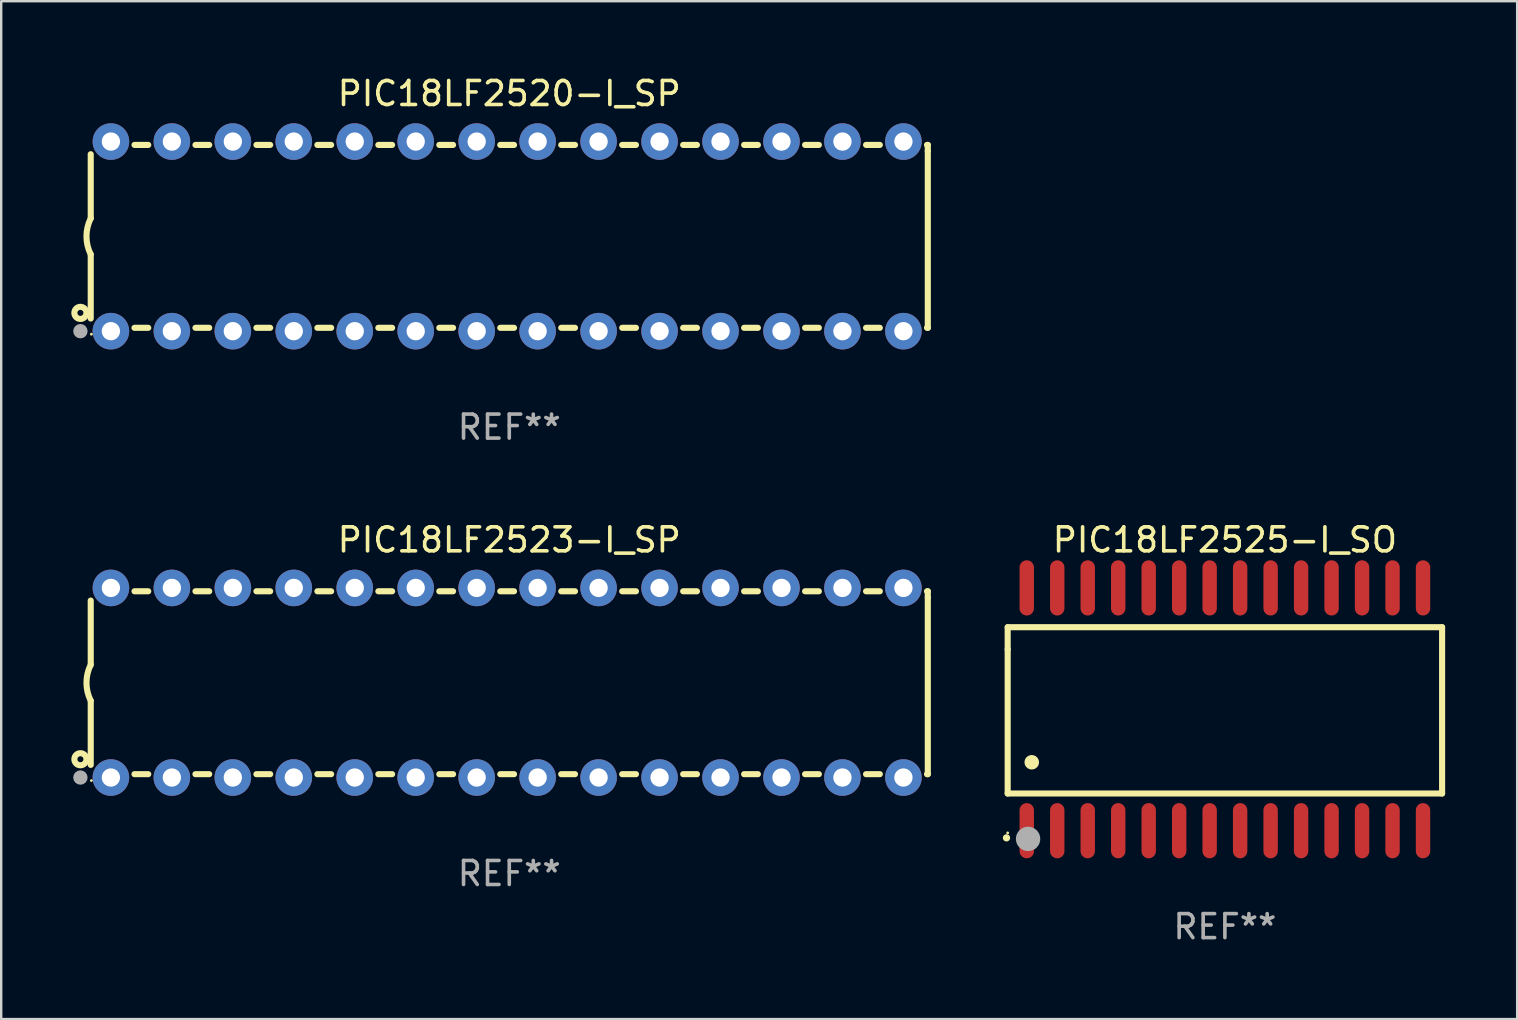
<source format=kicad_pcb>
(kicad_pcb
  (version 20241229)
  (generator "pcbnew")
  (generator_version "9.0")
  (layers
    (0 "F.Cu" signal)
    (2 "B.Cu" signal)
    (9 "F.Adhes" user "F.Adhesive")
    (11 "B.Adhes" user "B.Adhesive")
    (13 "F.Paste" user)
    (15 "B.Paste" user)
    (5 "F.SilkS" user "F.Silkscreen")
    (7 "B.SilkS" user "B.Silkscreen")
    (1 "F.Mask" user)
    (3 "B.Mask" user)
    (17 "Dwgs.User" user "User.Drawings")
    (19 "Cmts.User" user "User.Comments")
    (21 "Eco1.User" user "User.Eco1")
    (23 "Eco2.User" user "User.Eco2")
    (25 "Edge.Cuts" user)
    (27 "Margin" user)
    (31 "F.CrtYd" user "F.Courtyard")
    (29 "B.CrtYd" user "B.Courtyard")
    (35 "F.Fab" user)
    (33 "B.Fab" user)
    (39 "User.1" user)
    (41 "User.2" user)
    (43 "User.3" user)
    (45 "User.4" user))
  (footprint "PIC18LF2523-I_SP"
    (layer "F.Cu")
    (at 18.168 25.395)
    (property "Reference" "PIC18LF2523-I_SP" (at 0 -5.95 0) (layer "F.SilkS") (effects (font (size 1 1) (thickness 0.15))))
    (attr through_hole)
    (fp_line (start -17.438 0.75) (end -17.438 3.423) (stroke (width 0.254) (type solid)) (layer "F.SilkS"))
    (fp_line (start -17.438 -3.423) (end -17.438 -0.75) (stroke (width 0.254) (type solid)) (layer "F.SilkS"))
    (fp_line (start -15.615 3.81) (end -15.041 3.81) (stroke (width 0.254) (type solid)) (layer "F.SilkS"))
    (fp_line (start -15.041 -3.81) (end -15.614 -3.81) (stroke (width 0.254) (type solid)) (layer "F.SilkS"))
    (fp_line (start -13.075 3.81) (end -12.501 3.81) (stroke (width 0.254) (type solid)) (layer "F.SilkS"))
    (fp_line (start -12.501 -3.81) (end -13.074 -3.81) (stroke (width 0.254) (type solid)) (layer "F.SilkS"))
    (fp_line (start -10.535 3.81) (end -9.961 3.81) (stroke (width 0.254) (type solid)) (layer "F.SilkS"))
    (fp_line (start -9.961 -3.81) (end -10.534 -3.81) (stroke (width 0.254) (type solid)) (layer "F.SilkS"))
    (fp_line (start -7.995 3.81) (end -7.421 3.81) (stroke (width 0.254) (type solid)) (layer "F.SilkS"))
    (fp_line (start -7.421 -3.81) (end -7.995 -3.81) (stroke (width 0.254) (type solid)) (layer "F.SilkS"))
    (fp_line (start -5.455 3.81) (end -4.881 3.81) (stroke (width 0.254) (type solid)) (layer "F.SilkS"))
    (fp_line (start -4.881 -3.81) (end -5.455 -3.81) (stroke (width 0.254) (type solid)) (layer "F.SilkS"))
    (fp_line (start -2.915 3.81) (end -2.341 3.81) (stroke (width 0.254) (type solid)) (layer "F.SilkS"))
    (fp_line (start -2.341 -3.81) (end -2.915 -3.81) (stroke (width 0.254) (type solid)) (layer "F.SilkS"))
    (fp_line (start -0.375 3.81) (end 0.199 3.81) (stroke (width 0.254) (type solid)) (layer "F.SilkS"))
    (fp_line (start 0.199 -3.81) (end -0.375 -3.81) (stroke (width 0.254) (type solid)) (layer "F.SilkS"))
    (fp_line (start 2.165 3.81) (end 2.739 3.81) (stroke (width 0.254) (type solid)) (layer "F.SilkS"))
    (fp_line (start 2.739 -3.81) (end 2.165 -3.81) (stroke (width 0.254) (type solid)) (layer "F.SilkS"))
    (fp_line (start 4.705 3.81) (end 5.279 3.81) (stroke (width 0.254) (type solid)) (layer "F.SilkS"))
    (fp_line (start 5.279 -3.81) (end 4.705 -3.81) (stroke (width 0.254) (type solid)) (layer "F.SilkS"))
    (fp_line (start 7.245 3.81) (end 7.819 3.81) (stroke (width 0.254) (type solid)) (layer "F.SilkS"))
    (fp_line (start 7.819 -3.81) (end 7.245 -3.81) (stroke (width 0.254) (type solid)) (layer "F.SilkS"))
    (fp_line (start 9.785 3.81) (end 10.359 3.81) (stroke (width 0.254) (type solid)) (layer "F.SilkS"))
    (fp_line (start 10.359 -3.81) (end 9.785 -3.81) (stroke (width 0.254) (type solid)) (layer "F.SilkS"))
    (fp_line (start 12.325 3.81) (end 12.899 3.81) (stroke (width 0.254) (type solid)) (layer "F.SilkS"))
    (fp_line (start 12.899 -3.81) (end 12.325 -3.81) (stroke (width 0.254) (type solid)) (layer "F.SilkS"))
    (fp_line (start 14.865 3.81) (end 15.439 3.81) (stroke (width 0.254) (type solid)) (layer "F.SilkS"))
    (fp_line (start 15.439 -3.81) (end 14.865 -3.81) (stroke (width 0.254) (type solid)) (layer "F.SilkS"))
    (fp_line (start 17.405 3.81) (end 17.438 3.81) (stroke (width 0.254) (type solid)) (layer "F.SilkS"))
    (fp_line (start 17.438 -3.81) (end 17.405 -3.81) (stroke (width 0.254) (type solid)) (layer "F.SilkS"))
    (fp_line (start 17.438 -3.556) (end 17.438 -3.81) (stroke (width 0.254) (type solid)) (layer "F.SilkS"))
    (fp_line (start 17.438 3.81) (end 17.438 -3.556) (stroke (width 0.254) (type solid)) (layer "F.SilkS"))
    (fp_arc (start -17.437986 0.749657) (mid -17.614887 -0.000024) (end -17.437783 -0.749657) (stroke (width 0.254001) (type solid)) (layer "F.SilkS"))
    (fp_circle (center -17.868 3.188) (end -17.743 3.188) (stroke (width 0.254) (type solid)) (fill no) (layer "F.SilkS"))
    (fp_circle (center -17.411 4.077) (end -17.381 4.077) (stroke (width 0.06) (type solid)) (fill no) (layer "F.SilkS"))
    (fp_circle (center -17.868 3.95) (end -17.718 3.95) (stroke (width 0.3) (type solid)) (fill no) (layer "F.Fab"))
    (fp_text user "REF**" (at 0 7.95 0) (layer "F.Fab") (effects (font (size 1 1) (thickness 0.15))))
    (pad "1" thru_hole circle (at -16.598 3.95) (size 1.524 1.524) (drill 0.762) (layers "*.Cu" "*.Mask"))
    (pad "2" thru_hole circle (at -14.058 3.95) (size 1.524 1.524) (drill 0.762) (layers "*.Cu" "*.Mask"))
    (pad "3" thru_hole circle (at -11.518 3.95) (size 1.524 1.524) (drill 0.762) (layers "*.Cu" "*.Mask"))
    (pad "4" thru_hole circle (at -8.978 3.95) (size 1.524 1.524) (drill 0.762) (layers "*.Cu" "*.Mask"))
    (pad "5" thru_hole circle (at -6.438 3.95) (size 1.524 1.524) (drill 0.762) (layers "*.Cu" "*.Mask"))
    (pad "6" thru_hole circle (at -3.898 3.95) (size 1.524 1.524) (drill 0.762) (layers "*.Cu" "*.Mask"))
    (pad "7" thru_hole circle (at -1.358 3.95) (size 1.524 1.524) (drill 0.762) (layers "*.Cu" "*.Mask"))
    (pad "8" thru_hole circle (at 1.182 3.95) (size 1.524 1.524) (drill 0.762) (layers "*.Cu" "*.Mask"))
    (pad "9" thru_hole circle (at 3.722 3.95) (size 1.524 1.524) (drill 0.762) (layers "*.Cu" "*.Mask"))
    (pad "10" thru_hole circle (at 6.262 3.95) (size 1.524 1.524) (drill 0.762) (layers "*.Cu" "*.Mask"))
    (pad "11" thru_hole circle (at 8.802 3.95) (size 1.524 1.524) (drill 0.762) (layers "*.Cu" "*.Mask"))
    (pad "12" thru_hole circle (at 11.342 3.95) (size 1.524 1.524) (drill 0.762) (layers "*.Cu" "*.Mask"))
    (pad "13" thru_hole circle (at 13.882 3.95) (size 1.524 1.524) (drill 0.762) (layers "*.Cu" "*.Mask"))
    (pad "14" thru_hole circle (at 16.422 3.95) (size 1.524 1.524) (drill 0.762) (layers "*.Cu" "*.Mask"))
    (pad "15" thru_hole circle (at 16.422 -3.95) (size 1.524 1.524) (drill 0.762) (layers "*.Cu" "*.Mask"))
    (pad "16" thru_hole circle (at 13.882 -3.95) (size 1.524 1.524) (drill 0.762) (layers "*.Cu" "*.Mask"))
    (pad "17" thru_hole circle (at 11.342 -3.95) (size 1.524 1.524) (drill 0.762) (layers "*.Cu" "*.Mask"))
    (pad "18" thru_hole circle (at 8.802 -3.95) (size 1.524 1.524) (drill 0.762) (layers "*.Cu" "*.Mask"))
    (pad "19" thru_hole circle (at 6.262 -3.95) (size 1.524 1.524) (drill 0.762) (layers "*.Cu" "*.Mask"))
    (pad "20" thru_hole circle (at 3.722 -3.95) (size 1.524 1.524) (drill 0.762) (layers "*.Cu" "*.Mask"))
    (pad "21" thru_hole circle (at 1.182 -3.95) (size 1.524 1.524) (drill 0.762) (layers "*.Cu" "*.Mask"))
    (pad "22" thru_hole circle (at -1.358 -3.95) (size 1.524 1.524) (drill 0.762) (layers "*.Cu" "*.Mask"))
    (pad "23" thru_hole circle (at -3.898 -3.95) (size 1.524 1.524) (drill 0.762) (layers "*.Cu" "*.Mask"))
    (pad "24" thru_hole circle (at -6.438 -3.95) (size 1.524 1.524) (drill 0.762) (layers "*.Cu" "*.Mask"))
    (pad "25" thru_hole circle (at -8.978 -3.95) (size 1.524 1.524) (drill 0.762) (layers "*.Cu" "*.Mask"))
    (pad "26" thru_hole circle (at -11.517 -3.95) (size 1.524 1.524) (drill 0.762) (layers "*.Cu" "*.Mask"))
    (pad "27" thru_hole circle (at -14.057 -3.95) (size 1.524 1.524) (drill 0.762) (layers "*.Cu" "*.Mask"))
    (pad "28" thru_hole circle (at -16.597 -3.95) (size 1.524 1.524) (drill 0.762) (layers "*.Cu" "*.Mask")))
  (footprint "PIC18LF2520-I_SP"
    (layer "F.Cu")
    (at 18.168 6.798)
    (property "Reference" "PIC18LF2520-I_SP" (at 0 -5.95 0) (layer "F.SilkS") (effects (font (size 1 1) (thickness 0.15))))
    (attr through_hole)
    (fp_line (start -17.438 0.75) (end -17.438 3.423) (stroke (width 0.254) (type solid)) (layer "F.SilkS"))
    (fp_line (start -17.438 -3.423) (end -17.438 -0.75) (stroke (width 0.254) (type solid)) (layer "F.SilkS"))
    (fp_line (start -15.615 3.81) (end -15.041 3.81) (stroke (width 0.254) (type solid)) (layer "F.SilkS"))
    (fp_line (start -15.041 -3.81) (end -15.614 -3.81) (stroke (width 0.254) (type solid)) (layer "F.SilkS"))
    (fp_line (start -13.075 3.81) (end -12.501 3.81) (stroke (width 0.254) (type solid)) (layer "F.SilkS"))
    (fp_line (start -12.501 -3.81) (end -13.074 -3.81) (stroke (width 0.254) (type solid)) (layer "F.SilkS"))
    (fp_line (start -10.535 3.81) (end -9.961 3.81) (stroke (width 0.254) (type solid)) (layer "F.SilkS"))
    (fp_line (start -9.961 -3.81) (end -10.534 -3.81) (stroke (width 0.254) (type solid)) (layer "F.SilkS"))
    (fp_line (start -7.995 3.81) (end -7.421 3.81) (stroke (width 0.254) (type solid)) (layer "F.SilkS"))
    (fp_line (start -7.421 -3.81) (end -7.995 -3.81) (stroke (width 0.254) (type solid)) (layer "F.SilkS"))
    (fp_line (start -5.455 3.81) (end -4.881 3.81) (stroke (width 0.254) (type solid)) (layer "F.SilkS"))
    (fp_line (start -4.881 -3.81) (end -5.455 -3.81) (stroke (width 0.254) (type solid)) (layer "F.SilkS"))
    (fp_line (start -2.915 3.81) (end -2.341 3.81) (stroke (width 0.254) (type solid)) (layer "F.SilkS"))
    (fp_line (start -2.341 -3.81) (end -2.915 -3.81) (stroke (width 0.254) (type solid)) (layer "F.SilkS"))
    (fp_line (start -0.375 3.81) (end 0.199 3.81) (stroke (width 0.254) (type solid)) (layer "F.SilkS"))
    (fp_line (start 0.199 -3.81) (end -0.375 -3.81) (stroke (width 0.254) (type solid)) (layer "F.SilkS"))
    (fp_line (start 2.165 3.81) (end 2.739 3.81) (stroke (width 0.254) (type solid)) (layer "F.SilkS"))
    (fp_line (start 2.739 -3.81) (end 2.165 -3.81) (stroke (width 0.254) (type solid)) (layer "F.SilkS"))
    (fp_line (start 4.705 3.81) (end 5.279 3.81) (stroke (width 0.254) (type solid)) (layer "F.SilkS"))
    (fp_line (start 5.279 -3.81) (end 4.705 -3.81) (stroke (width 0.254) (type solid)) (layer "F.SilkS"))
    (fp_line (start 7.245 3.81) (end 7.819 3.81) (stroke (width 0.254) (type solid)) (layer "F.SilkS"))
    (fp_line (start 7.819 -3.81) (end 7.245 -3.81) (stroke (width 0.254) (type solid)) (layer "F.SilkS"))
    (fp_line (start 9.785 3.81) (end 10.359 3.81) (stroke (width 0.254) (type solid)) (layer "F.SilkS"))
    (fp_line (start 10.359 -3.81) (end 9.785 -3.81) (stroke (width 0.254) (type solid)) (layer "F.SilkS"))
    (fp_line (start 12.325 3.81) (end 12.899 3.81) (stroke (width 0.254) (type solid)) (layer "F.SilkS"))
    (fp_line (start 12.899 -3.81) (end 12.325 -3.81) (stroke (width 0.254) (type solid)) (layer "F.SilkS"))
    (fp_line (start 14.865 3.81) (end 15.439 3.81) (stroke (width 0.254) (type solid)) (layer "F.SilkS"))
    (fp_line (start 15.439 -3.81) (end 14.865 -3.81) (stroke (width 0.254) (type solid)) (layer "F.SilkS"))
    (fp_line (start 17.405 3.81) (end 17.438 3.81) (stroke (width 0.254) (type solid)) (layer "F.SilkS"))
    (fp_line (start 17.438 -3.81) (end 17.405 -3.81) (stroke (width 0.254) (type solid)) (layer "F.SilkS"))
    (fp_line (start 17.438 -3.556) (end 17.438 -3.81) (stroke (width 0.254) (type solid)) (layer "F.SilkS"))
    (fp_line (start 17.438 3.81) (end 17.438 -3.556) (stroke (width 0.254) (type solid)) (layer "F.SilkS"))
    (fp_arc (start -17.437986 0.749657) (mid -17.614887 -0.000024) (end -17.437783 -0.749657) (stroke (width 0.254001) (type solid)) (layer "F.SilkS"))
    (fp_circle (center -17.868 3.188) (end -17.743 3.188) (stroke (width 0.254) (type solid)) (fill no) (layer "F.SilkS"))
    (fp_circle (center -17.411 4.077) (end -17.381 4.077) (stroke (width 0.06) (type solid)) (fill no) (layer "F.SilkS"))
    (fp_circle (center -17.868 3.95) (end -17.718 3.95) (stroke (width 0.3) (type solid)) (fill no) (layer "F.Fab"))
    (fp_text user "REF**" (at 0 7.95 0) (layer "F.Fab") (effects (font (size 1 1) (thickness 0.15))))
    (pad "1" thru_hole circle (at -16.598 3.95) (size 1.524 1.524) (drill 0.762) (layers "*.Cu" "*.Mask"))
    (pad "2" thru_hole circle (at -14.058 3.95) (size 1.524 1.524) (drill 0.762) (layers "*.Cu" "*.Mask"))
    (pad "3" thru_hole circle (at -11.518 3.95) (size 1.524 1.524) (drill 0.762) (layers "*.Cu" "*.Mask"))
    (pad "4" thru_hole circle (at -8.978 3.95) (size 1.524 1.524) (drill 0.762) (layers "*.Cu" "*.Mask"))
    (pad "5" thru_hole circle (at -6.438 3.95) (size 1.524 1.524) (drill 0.762) (layers "*.Cu" "*.Mask"))
    (pad "6" thru_hole circle (at -3.898 3.95) (size 1.524 1.524) (drill 0.762) (layers "*.Cu" "*.Mask"))
    (pad "7" thru_hole circle (at -1.358 3.95) (size 1.524 1.524) (drill 0.762) (layers "*.Cu" "*.Mask"))
    (pad "8" thru_hole circle (at 1.182 3.95) (size 1.524 1.524) (drill 0.762) (layers "*.Cu" "*.Mask"))
    (pad "9" thru_hole circle (at 3.722 3.95) (size 1.524 1.524) (drill 0.762) (layers "*.Cu" "*.Mask"))
    (pad "10" thru_hole circle (at 6.262 3.95) (size 1.524 1.524) (drill 0.762) (layers "*.Cu" "*.Mask"))
    (pad "11" thru_hole circle (at 8.802 3.95) (size 1.524 1.524) (drill 0.762) (layers "*.Cu" "*.Mask"))
    (pad "12" thru_hole circle (at 11.342 3.95) (size 1.524 1.524) (drill 0.762) (layers "*.Cu" "*.Mask"))
    (pad "13" thru_hole circle (at 13.882 3.95) (size 1.524 1.524) (drill 0.762) (layers "*.Cu" "*.Mask"))
    (pad "14" thru_hole circle (at 16.422 3.95) (size 1.524 1.524) (drill 0.762) (layers "*.Cu" "*.Mask"))
    (pad "15" thru_hole circle (at 16.422 -3.95) (size 1.524 1.524) (drill 0.762) (layers "*.Cu" "*.Mask"))
    (pad "16" thru_hole circle (at 13.882 -3.95) (size 1.524 1.524) (drill 0.762) (layers "*.Cu" "*.Mask"))
    (pad "17" thru_hole circle (at 11.342 -3.95) (size 1.524 1.524) (drill 0.762) (layers "*.Cu" "*.Mask"))
    (pad "18" thru_hole circle (at 8.802 -3.95) (size 1.524 1.524) (drill 0.762) (layers "*.Cu" "*.Mask"))
    (pad "19" thru_hole circle (at 6.262 -3.95) (size 1.524 1.524) (drill 0.762) (layers "*.Cu" "*.Mask"))
    (pad "20" thru_hole circle (at 3.722 -3.95) (size 1.524 1.524) (drill 0.762) (layers "*.Cu" "*.Mask"))
    (pad "21" thru_hole circle (at 1.182 -3.95) (size 1.524 1.524) (drill 0.762) (layers "*.Cu" "*.Mask"))
    (pad "22" thru_hole circle (at -1.358 -3.95) (size 1.524 1.524) (drill 0.762) (layers "*.Cu" "*.Mask"))
    (pad "23" thru_hole circle (at -3.898 -3.95) (size 1.524 1.524) (drill 0.762) (layers "*.Cu" "*.Mask"))
    (pad "24" thru_hole circle (at -6.438 -3.95) (size 1.524 1.524) (drill 0.762) (layers "*.Cu" "*.Mask"))
    (pad "25" thru_hole circle (at -8.978 -3.95) (size 1.524 1.524) (drill 0.762) (layers "*.Cu" "*.Mask"))
    (pad "26" thru_hole circle (at -11.517 -3.95) (size 1.524 1.524) (drill 0.762) (layers "*.Cu" "*.Mask"))
    (pad "27" thru_hole circle (at -14.057 -3.95) (size 1.524 1.524) (drill 0.762) (layers "*.Cu" "*.Mask"))
    (pad "28" thru_hole circle (at -16.597 -3.95) (size 1.524 1.524) (drill 0.762) (layers "*.Cu" "*.Mask")))
  (footprint "PIC18LF2525-I_SO"
    (layer "F.Cu")
    (at 47.984 26.502)
    (property "Reference" "PIC18LF2525-I_SO" (at 0 -7.058 0) (layer "F.SilkS") (effects (font (size 1 1) (thickness 0.15))))
    (attr through_hole)
    (fp_line (start -9.05 -3.42) (end 9.05 -3.42) (stroke (width 0.254) (type solid)) (layer "F.SilkS"))
    (fp_line (start -9.05 -2.492) (end -9.05 -3.42) (stroke (width 0.254) (type solid)) (layer "F.SilkS"))
    (fp_line (start -9.05 3.508) (end -9.05 -2.492) (stroke (width 0.254) (type solid)) (layer "F.SilkS"))
    (fp_line (start 9.05 -3.42) (end 9.05 3.508) (stroke (width 0.254) (type solid)) (layer "F.SilkS"))
    (fp_line (start 9.05 3.508) (end -9.05 3.508) (stroke (width 0.254) (type solid)) (layer "F.SilkS"))
    (fp_arc (start -9.100838 5.35649) (mid -9.099568 5.356485) (end -9.098298 5.35649) (stroke (width 0.3) (type solid)) (layer "F.SilkS"))
    (fp_arc (start -8.049276 2.206883) (mid -8.046736 2.206872) (end -8.044196 2.206883) (stroke (width 0.6) (type solid)) (layer "F.SilkS"))
    (fp_circle (center -9.05 5.15) (end -9.02 5.15) (stroke (width 0.06) (type solid)) (fill no) (layer "F.SilkS"))
    (fp_circle (center -8.2 5.4) (end -7.946 5.4) (stroke (width 0.508) (type solid)) (fill no) (layer "F.Fab"))
    (fp_text user "REF**" (at 0 9.058 0) (layer "F.Fab") (effects (font (size 1 1) (thickness 0.15))))
    (pad "1" smd oval (at -8.255 5.058 180) (size 0.6 2.3) (layers "F.Cu" "F.Mask" "F.Paste"))
    (pad "2" smd oval (at -6.985 5.058 180) (size 0.6 2.3) (layers "F.Cu" "F.Mask" "F.Paste"))
    (pad "3" smd oval (at -5.715 5.058 180) (size 0.6 2.3) (layers "F.Cu" "F.Mask" "F.Paste"))
    (pad "4" smd oval (at -4.445 5.058 180) (size 0.6 2.3) (layers "F.Cu" "F.Mask" "F.Paste"))
    (pad "5" smd oval (at -3.175 5.058 180) (size 0.6 2.3) (layers "F.Cu" "F.Mask" "F.Paste"))
    (pad "6" smd oval (at -1.905 5.058 180) (size 0.6 2.3) (layers "F.Cu" "F.Mask" "F.Paste"))
    (pad "7" smd oval (at -0.635 5.058 180) (size 0.6 2.3) (layers "F.Cu" "F.Mask" "F.Paste"))
    (pad "8" smd oval (at 0.635 5.058 180) (size 0.6 2.3) (layers "F.Cu" "F.Mask" "F.Paste"))
    (pad "9" smd oval (at 1.905 5.058 180) (size 0.6 2.3) (layers "F.Cu" "F.Mask" "F.Paste"))
    (pad "10" smd oval (at 3.175 5.058 180) (size 0.6 2.3) (layers "F.Cu" "F.Mask" "F.Paste"))
    (pad "11" smd oval (at 4.445 5.058 180) (size 0.6 2.3) (layers "F.Cu" "F.Mask" "F.Paste"))
    (pad "12" smd oval (at 5.715 5.058 180) (size 0.6 2.3) (layers "F.Cu" "F.Mask" "F.Paste"))
    (pad "13" smd oval (at 6.985 5.058 180) (size 0.6 2.3) (layers "F.Cu" "F.Mask" "F.Paste"))
    (pad "14" smd oval (at 8.255 5.058 180) (size 0.6 2.3) (layers "F.Cu" "F.Mask" "F.Paste"))
    (pad "15" smd oval (at 8.255 -5.058 180) (size 0.6 2.3) (layers "F.Cu" "F.Mask" "F.Paste"))
    (pad "16" smd oval (at 6.985 -5.058 180) (size 0.6 2.3) (layers "F.Cu" "F.Mask" "F.Paste"))
    (pad "17" smd oval (at 5.715 -5.058 180) (size 0.6 2.3) (layers "F.Cu" "F.Mask" "F.Paste"))
    (pad "18" smd oval (at 4.445 -5.058 180) (size 0.6 2.3) (layers "F.Cu" "F.Mask" "F.Paste"))
    (pad "19" smd oval (at 3.175 -5.058 180) (size 0.6 2.3) (layers "F.Cu" "F.Mask" "F.Paste"))
    (pad "20" smd oval (at 1.905 -5.058 180) (size 0.6 2.3) (layers "F.Cu" "F.Mask" "F.Paste"))
    (pad "21" smd oval (at 0.635 -5.058 180) (size 0.6 2.3) (layers "F.Cu" "F.Mask" "F.Paste"))
    (pad "22" smd oval (at -0.635 -5.058 180) (size 0.6 2.3) (layers "F.Cu" "F.Mask" "F.Paste"))
    (pad "23" smd oval (at -1.905 -5.058 180) (size 0.6 2.3) (layers "F.Cu" "F.Mask" "F.Paste"))
    (pad "24" smd oval (at -3.175 -5.058 180) (size 0.6 2.3) (layers "F.Cu" "F.Mask" "F.Paste"))
    (pad "25" smd oval (at -4.445 -5.058 180) (size 0.6 2.3) (layers "F.Cu" "F.Mask" "F.Paste"))
    (pad "26" smd oval (at -5.715 -5.058 180) (size 0.6 2.3) (layers "F.Cu" "F.Mask" "F.Paste"))
    (pad "27" smd oval (at -6.985 -5.058 180) (size 0.6 2.3) (layers "F.Cu" "F.Mask" "F.Paste"))
    (pad "28" smd oval (at -8.255 -5.058 180) (size 0.6 2.3) (layers "F.Cu" "F.Mask" "F.Paste")))
  (gr_rect
    (start -3 -3)
    (end 60.161 39.408)
    (stroke (width 0.1) (type default))
    (fill no)
    (layer "Edge.Cuts")))
</source>
